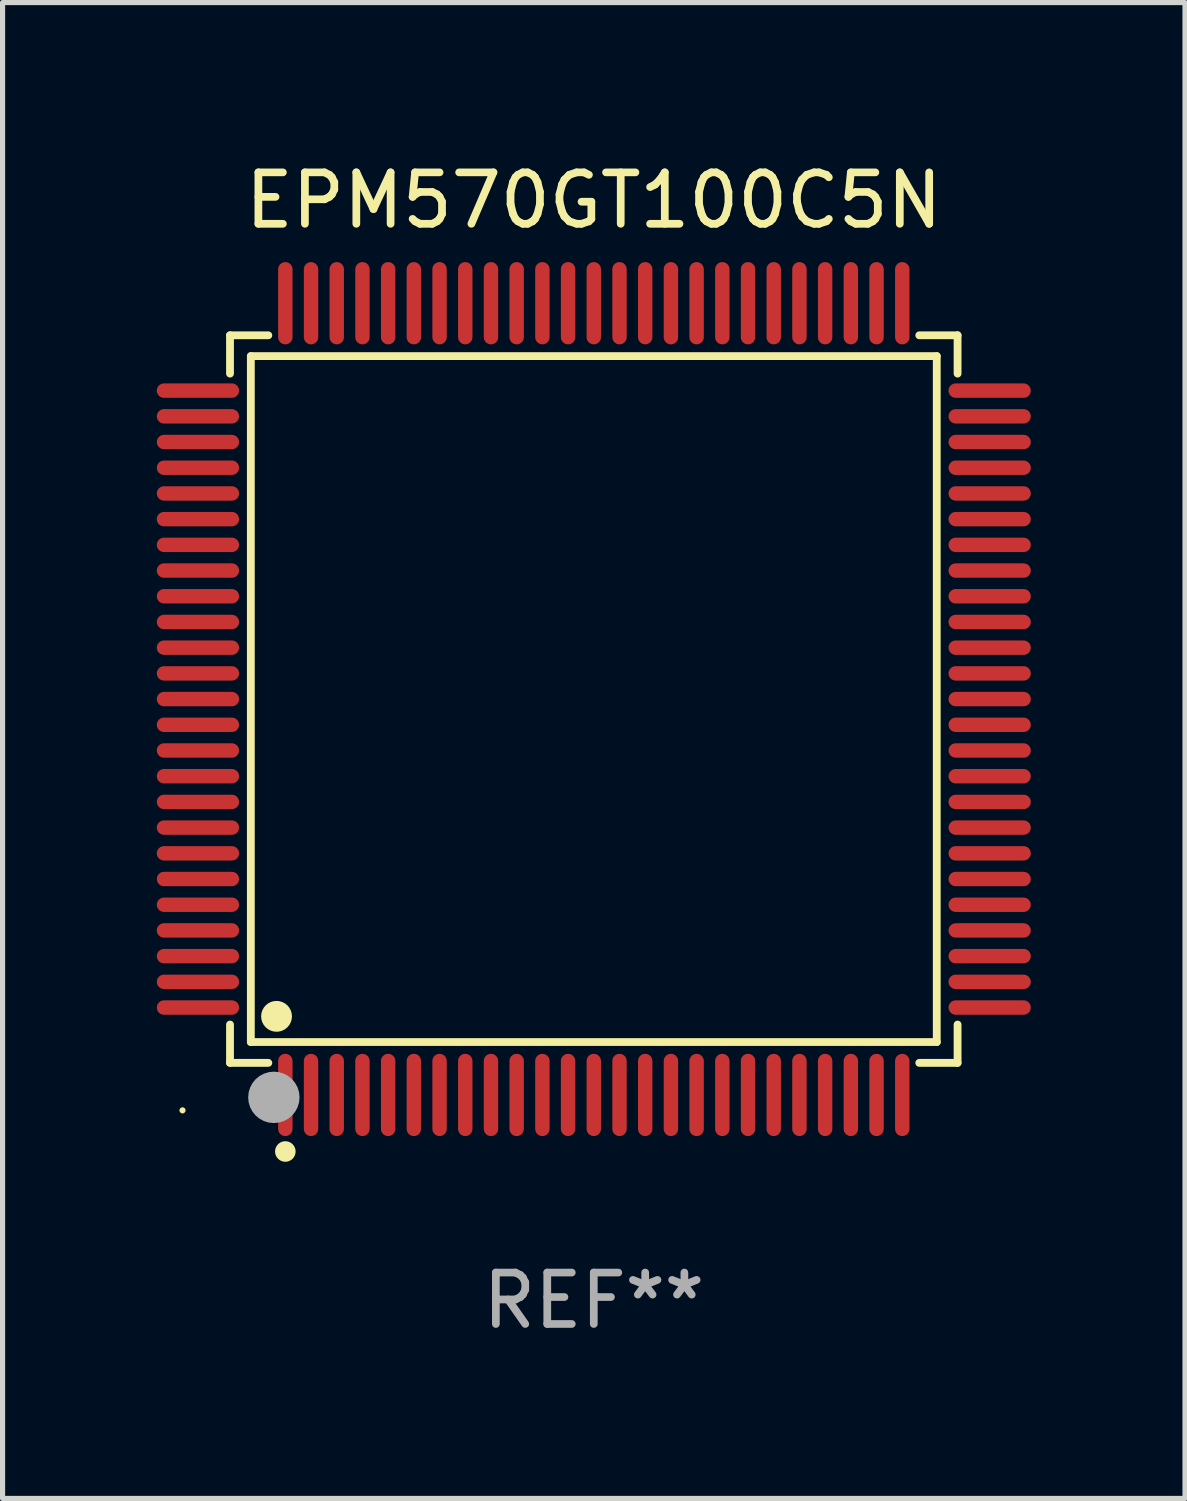
<source format=kicad_pcb>
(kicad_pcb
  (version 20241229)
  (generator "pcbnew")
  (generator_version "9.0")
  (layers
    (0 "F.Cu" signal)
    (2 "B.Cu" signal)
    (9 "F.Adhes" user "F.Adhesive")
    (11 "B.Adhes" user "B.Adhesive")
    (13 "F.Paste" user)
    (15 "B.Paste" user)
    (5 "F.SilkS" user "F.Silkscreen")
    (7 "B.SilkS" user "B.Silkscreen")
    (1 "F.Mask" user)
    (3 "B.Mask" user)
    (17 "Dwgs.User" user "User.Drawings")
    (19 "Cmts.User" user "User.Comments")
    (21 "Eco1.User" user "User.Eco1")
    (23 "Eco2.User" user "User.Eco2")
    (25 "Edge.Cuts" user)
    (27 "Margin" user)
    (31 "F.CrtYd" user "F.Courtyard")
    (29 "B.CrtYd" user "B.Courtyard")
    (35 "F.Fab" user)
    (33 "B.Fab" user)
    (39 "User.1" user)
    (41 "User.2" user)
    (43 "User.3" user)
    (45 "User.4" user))
  (footprint "EPM570GT100C5N"
    (layer "F.Cu")
    (at 8.5 10.548)
    (property "Reference" "EPM570GT100C5N" (at 0 -9.7 0) (layer "F.SilkS") (effects (font (size 1 1) (thickness 0.15))))
    (attr through_hole)
    (fp_line (start -7.076 -7.076) (end -6.331 -7.076) (stroke (width 0.152) (type solid)) (layer "F.SilkS"))
    (fp_line (start -7.076 -6.331) (end -7.076 -7.076) (stroke (width 0.152) (type solid)) (layer "F.SilkS"))
    (fp_line (start -7.076 6.331) (end -7.076 7.076) (stroke (width 0.152) (type solid)) (layer "F.SilkS"))
    (fp_line (start -7.076 7.076) (end -6.331 7.076) (stroke (width 0.152) (type solid)) (layer "F.SilkS"))
    (fp_line (start -6.671 -6.671) (end 6.671 -6.671) (stroke (width 0.152) (type solid)) (layer "F.SilkS"))
    (fp_line (start -6.671 6.671) (end -6.671 -6.671) (stroke (width 0.152) (type solid)) (layer "F.SilkS"))
    (fp_line (start 6.671 -6.671) (end 6.671 6.671) (stroke (width 0.152) (type solid)) (layer "F.SilkS"))
    (fp_line (start 6.671 6.671) (end -6.671 6.671) (stroke (width 0.152) (type solid)) (layer "F.SilkS"))
    (fp_line (start 7.076 -7.076) (end 6.331 -7.076) (stroke (width 0.152) (type solid)) (layer "F.SilkS"))
    (fp_line (start 7.076 -6.331) (end 7.076 -7.076) (stroke (width 0.152) (type solid)) (layer "F.SilkS"))
    (fp_line (start 7.076 6.331) (end 7.076 7.076) (stroke (width 0.152) (type solid)) (layer "F.SilkS"))
    (fp_line (start 7.076 7.076) (end 6.331 7.076) (stroke (width 0.152) (type solid)) (layer "F.SilkS"))
    (fp_circle (center -8 8) (end -7.97 8) (stroke (width 0.06) (type solid)) (fill no) (layer "F.SilkS"))
    (fp_circle (center -6.171 6.171) (end -6.021 6.171) (stroke (width 0.3) (type solid)) (fill no) (layer "F.SilkS"))
    (fp_circle (center -6 8.8) (end -5.9 8.8) (stroke (width 0.2) (type solid)) (fill no) (layer "F.SilkS"))
    (fp_circle (center -6.223 7.747) (end -5.973 7.747) (stroke (width 0.5) (type solid)) (fill no) (layer "F.Fab"))
    (fp_text user "REF**" (at 0 11.7 0) (layer "F.Fab") (effects (font (size 1 1) (thickness 0.15))))
    (pad "1" smd oval (at -6 7.7) (size 0.28 1.6) (layers "F.Cu" "F.Mask" "F.Paste"))
    (pad "2" smd oval (at -5.5 7.7) (size 0.28 1.6) (layers "F.Cu" "F.Mask" "F.Paste"))
    (pad "3" smd oval (at -5 7.7) (size 0.28 1.6) (layers "F.Cu" "F.Mask" "F.Paste"))
    (pad "4" smd oval (at -4.5 7.7) (size 0.28 1.6) (layers "F.Cu" "F.Mask" "F.Paste"))
    (pad "5" smd oval (at -4 7.7) (size 0.28 1.6) (layers "F.Cu" "F.Mask" "F.Paste"))
    (pad "6" smd oval (at -3.5 7.7) (size 0.28 1.6) (layers "F.Cu" "F.Mask" "F.Paste"))
    (pad "7" smd oval (at -3 7.7) (size 0.28 1.6) (layers "F.Cu" "F.Mask" "F.Paste"))
    (pad "8" smd oval (at -2.5 7.7) (size 0.28 1.6) (layers "F.Cu" "F.Mask" "F.Paste"))
    (pad "9" smd oval (at -2 7.7) (size 0.28 1.6) (layers "F.Cu" "F.Mask" "F.Paste"))
    (pad "10" smd oval (at -1.5 7.7) (size 0.28 1.6) (layers "F.Cu" "F.Mask" "F.Paste"))
    (pad "11" smd oval (at -1 7.7) (size 0.28 1.6) (layers "F.Cu" "F.Mask" "F.Paste"))
    (pad "12" smd oval (at -0.5 7.7) (size 0.28 1.6) (layers "F.Cu" "F.Mask" "F.Paste"))
    (pad "13" smd oval (at 0 7.7) (size 0.28 1.6) (layers "F.Cu" "F.Mask" "F.Paste"))
    (pad "14" smd oval (at 0.5 7.7) (size 0.28 1.6) (layers "F.Cu" "F.Mask" "F.Paste"))
    (pad "15" smd oval (at 1 7.7) (size 0.28 1.6) (layers "F.Cu" "F.Mask" "F.Paste"))
    (pad "16" smd oval (at 1.5 7.7) (size 0.28 1.6) (layers "F.Cu" "F.Mask" "F.Paste"))
    (pad "17" smd oval (at 2 7.7) (size 0.28 1.6) (layers "F.Cu" "F.Mask" "F.Paste"))
    (pad "18" smd oval (at 2.5 7.7) (size 0.28 1.6) (layers "F.Cu" "F.Mask" "F.Paste"))
    (pad "19" smd oval (at 3 7.7) (size 0.28 1.6) (layers "F.Cu" "F.Mask" "F.Paste"))
    (pad "20" smd oval (at 3.5 7.7) (size 0.28 1.6) (layers "F.Cu" "F.Mask" "F.Paste"))
    (pad "21" smd oval (at 4 7.7) (size 0.28 1.6) (layers "F.Cu" "F.Mask" "F.Paste"))
    (pad "22" smd oval (at 4.5 7.7) (size 0.28 1.6) (layers "F.Cu" "F.Mask" "F.Paste"))
    (pad "23" smd oval (at 5 7.7) (size 0.28 1.6) (layers "F.Cu" "F.Mask" "F.Paste"))
    (pad "24" smd oval (at 5.5 7.7) (size 0.28 1.6) (layers "F.Cu" "F.Mask" "F.Paste"))
    (pad "25" smd oval (at 6 7.7) (size 0.28 1.6) (layers "F.Cu" "F.Mask" "F.Paste"))
    (pad "26" smd oval (at 7.7 6) (size 1.6 0.28) (layers "F.Cu" "F.Mask" "F.Paste"))
    (pad "27" smd oval (at 7.7 5.5) (size 1.6 0.28) (layers "F.Cu" "F.Mask" "F.Paste"))
    (pad "28" smd oval (at 7.7 5) (size 1.6 0.28) (layers "F.Cu" "F.Mask" "F.Paste"))
    (pad "29" smd oval (at 7.7 4.5) (size 1.6 0.28) (layers "F.Cu" "F.Mask" "F.Paste"))
    (pad "30" smd oval (at 7.7 4) (size 1.6 0.28) (layers "F.Cu" "F.Mask" "F.Paste"))
    (pad "31" smd oval (at 7.7 3.5) (size 1.6 0.28) (layers "F.Cu" "F.Mask" "F.Paste"))
    (pad "32" smd oval (at 7.7 3) (size 1.6 0.28) (layers "F.Cu" "F.Mask" "F.Paste"))
    (pad "33" smd oval (at 7.7 2.5) (size 1.6 0.28) (layers "F.Cu" "F.Mask" "F.Paste"))
    (pad "34" smd oval (at 7.7 2) (size 1.6 0.28) (layers "F.Cu" "F.Mask" "F.Paste"))
    (pad "35" smd oval (at 7.7 1.5) (size 1.6 0.28) (layers "F.Cu" "F.Mask" "F.Paste"))
    (pad "36" smd oval (at 7.7 1) (size 1.6 0.28) (layers "F.Cu" "F.Mask" "F.Paste"))
    (pad "37" smd oval (at 7.7 0.5) (size 1.6 0.28) (layers "F.Cu" "F.Mask" "F.Paste"))
    (pad "38" smd oval (at 7.7 0) (size 1.6 0.28) (layers "F.Cu" "F.Mask" "F.Paste"))
    (pad "39" smd oval (at 7.7 -0.5) (size 1.6 0.28) (layers "F.Cu" "F.Mask" "F.Paste"))
    (pad "40" smd oval (at 7.7 -1) (size 1.6 0.28) (layers "F.Cu" "F.Mask" "F.Paste"))
    (pad "41" smd oval (at 7.7 -1.5) (size 1.6 0.28) (layers "F.Cu" "F.Mask" "F.Paste"))
    (pad "42" smd oval (at 7.7 -2) (size 1.6 0.28) (layers "F.Cu" "F.Mask" "F.Paste"))
    (pad "43" smd oval (at 7.7 -2.5) (size 1.6 0.28) (layers "F.Cu" "F.Mask" "F.Paste"))
    (pad "44" smd oval (at 7.7 -3) (size 1.6 0.28) (layers "F.Cu" "F.Mask" "F.Paste"))
    (pad "45" smd oval (at 7.7 -3.5) (size 1.6 0.28) (layers "F.Cu" "F.Mask" "F.Paste"))
    (pad "46" smd oval (at 7.7 -4) (size 1.6 0.28) (layers "F.Cu" "F.Mask" "F.Paste"))
    (pad "47" smd oval (at 7.7 -4.5) (size 1.6 0.28) (layers "F.Cu" "F.Mask" "F.Paste"))
    (pad "48" smd oval (at 7.7 -5) (size 1.6 0.28) (layers "F.Cu" "F.Mask" "F.Paste"))
    (pad "49" smd oval (at 7.7 -5.5) (size 1.6 0.28) (layers "F.Cu" "F.Mask" "F.Paste"))
    (pad "50" smd oval (at 7.7 -6) (size 1.6 0.28) (layers "F.Cu" "F.Mask" "F.Paste"))
    (pad "51" smd oval (at 6 -7.7) (size 0.28 1.6) (layers "F.Cu" "F.Mask" "F.Paste"))
    (pad "52" smd oval (at 5.5 -7.7) (size 0.28 1.6) (layers "F.Cu" "F.Mask" "F.Paste"))
    (pad "53" smd oval (at 5 -7.7) (size 0.28 1.6) (layers "F.Cu" "F.Mask" "F.Paste"))
    (pad "54" smd oval (at 4.5 -7.7) (size 0.28 1.6) (layers "F.Cu" "F.Mask" "F.Paste"))
    (pad "55" smd oval (at 4 -7.7) (size 0.28 1.6) (layers "F.Cu" "F.Mask" "F.Paste"))
    (pad "56" smd oval (at 3.5 -7.7) (size 0.28 1.6) (layers "F.Cu" "F.Mask" "F.Paste"))
    (pad "57" smd oval (at 3 -7.7) (size 0.28 1.6) (layers "F.Cu" "F.Mask" "F.Paste"))
    (pad "58" smd oval (at 2.5 -7.7) (size 0.28 1.6) (layers "F.Cu" "F.Mask" "F.Paste"))
    (pad "59" smd oval (at 2 -7.7) (size 0.28 1.6) (layers "F.Cu" "F.Mask" "F.Paste"))
    (pad "60" smd oval (at 1.5 -7.7) (size 0.28 1.6) (layers "F.Cu" "F.Mask" "F.Paste"))
    (pad "61" smd oval (at 1 -7.7) (size 0.28 1.6) (layers "F.Cu" "F.Mask" "F.Paste"))
    (pad "62" smd oval (at 0.5 -7.7) (size 0.28 1.6) (layers "F.Cu" "F.Mask" "F.Paste"))
    (pad "63" smd oval (at 0 -7.7) (size 0.28 1.6) (layers "F.Cu" "F.Mask" "F.Paste"))
    (pad "64" smd oval (at -0.5 -7.7) (size 0.28 1.6) (layers "F.Cu" "F.Mask" "F.Paste"))
    (pad "65" smd oval (at -1 -7.7) (size 0.28 1.6) (layers "F.Cu" "F.Mask" "F.Paste"))
    (pad "66" smd oval (at -1.5 -7.7) (size 0.28 1.6) (layers "F.Cu" "F.Mask" "F.Paste"))
    (pad "67" smd oval (at -2 -7.7) (size 0.28 1.6) (layers "F.Cu" "F.Mask" "F.Paste"))
    (pad "68" smd oval (at -2.5 -7.7) (size 0.28 1.6) (layers "F.Cu" "F.Mask" "F.Paste"))
    (pad "69" smd oval (at -3 -7.7) (size 0.28 1.6) (layers "F.Cu" "F.Mask" "F.Paste"))
    (pad "70" smd oval (at -3.5 -7.7) (size 0.28 1.6) (layers "F.Cu" "F.Mask" "F.Paste"))
    (pad "71" smd oval (at -4 -7.7) (size 0.28 1.6) (layers "F.Cu" "F.Mask" "F.Paste"))
    (pad "72" smd oval (at -4.5 -7.7) (size 0.28 1.6) (layers "F.Cu" "F.Mask" "F.Paste"))
    (pad "73" smd oval (at -5 -7.7) (size 0.28 1.6) (layers "F.Cu" "F.Mask" "F.Paste"))
    (pad "74" smd oval (at -5.5 -7.7) (size 0.28 1.6) (layers "F.Cu" "F.Mask" "F.Paste"))
    (pad "75" smd oval (at -6 -7.7) (size 0.28 1.6) (layers "F.Cu" "F.Mask" "F.Paste"))
    (pad "76" smd oval (at -7.7 -6) (size 1.6 0.28) (layers "F.Cu" "F.Mask" "F.Paste"))
    (pad "77" smd oval (at -7.7 -5.5) (size 1.6 0.28) (layers "F.Cu" "F.Mask" "F.Paste"))
    (pad "78" smd oval (at -7.7 -5) (size 1.6 0.28) (layers "F.Cu" "F.Mask" "F.Paste"))
    (pad "79" smd oval (at -7.7 -4.5) (size 1.6 0.28) (layers "F.Cu" "F.Mask" "F.Paste"))
    (pad "80" smd oval (at -7.7 -4) (size 1.6 0.28) (layers "F.Cu" "F.Mask" "F.Paste"))
    (pad "81" smd oval (at -7.7 -3.5) (size 1.6 0.28) (layers "F.Cu" "F.Mask" "F.Paste"))
    (pad "82" smd oval (at -7.7 -3) (size 1.6 0.28) (layers "F.Cu" "F.Mask" "F.Paste"))
    (pad "83" smd oval (at -7.7 -2.5) (size 1.6 0.28) (layers "F.Cu" "F.Mask" "F.Paste"))
    (pad "84" smd oval (at -7.7 -2) (size 1.6 0.28) (layers "F.Cu" "F.Mask" "F.Paste"))
    (pad "85" smd oval (at -7.7 -1.5) (size 1.6 0.28) (layers "F.Cu" "F.Mask" "F.Paste"))
    (pad "86" smd oval (at -7.7 -1) (size 1.6 0.28) (layers "F.Cu" "F.Mask" "F.Paste"))
    (pad "87" smd oval (at -7.7 -0.5) (size 1.6 0.28) (layers "F.Cu" "F.Mask" "F.Paste"))
    (pad "88" smd oval (at -7.7 0) (size 1.6 0.28) (layers "F.Cu" "F.Mask" "F.Paste"))
    (pad "89" smd oval (at -7.7 0.5) (size 1.6 0.28) (layers "F.Cu" "F.Mask" "F.Paste"))
    (pad "90" smd oval (at -7.7 1) (size 1.6 0.28) (layers "F.Cu" "F.Mask" "F.Paste"))
    (pad "91" smd oval (at -7.7 1.5) (size 1.6 0.28) (layers "F.Cu" "F.Mask" "F.Paste"))
    (pad "92" smd oval (at -7.7 2) (size 1.6 0.28) (layers "F.Cu" "F.Mask" "F.Paste"))
    (pad "93" smd oval (at -7.7 2.5) (size 1.6 0.28) (layers "F.Cu" "F.Mask" "F.Paste"))
    (pad "94" smd oval (at -7.7 3) (size 1.6 0.28) (layers "F.Cu" "F.Mask" "F.Paste"))
    (pad "95" smd oval (at -7.7 3.5) (size 1.6 0.28) (layers "F.Cu" "F.Mask" "F.Paste"))
    (pad "96" smd oval (at -7.7 4) (size 1.6 0.28) (layers "F.Cu" "F.Mask" "F.Paste"))
    (pad "97" smd oval (at -7.7 4.5) (size 1.6 0.28) (layers "F.Cu" "F.Mask" "F.Paste"))
    (pad "98" smd oval (at -7.7 5) (size 1.6 0.28) (layers "F.Cu" "F.Mask" "F.Paste"))
    (pad "99" smd oval (at -7.7 5.5) (size 1.6 0.28) (layers "F.Cu" "F.Mask" "F.Paste"))
    (pad "100" smd oval (at -7.7 6) (size 1.6 0.28) (layers "F.Cu" "F.Mask" "F.Paste")))
  (gr_rect
    (start -3 -3)
    (end 20 26.097)
    (stroke (width 0.1) (type default))
    (fill no)
    (layer "Edge.Cuts")))
</source>
